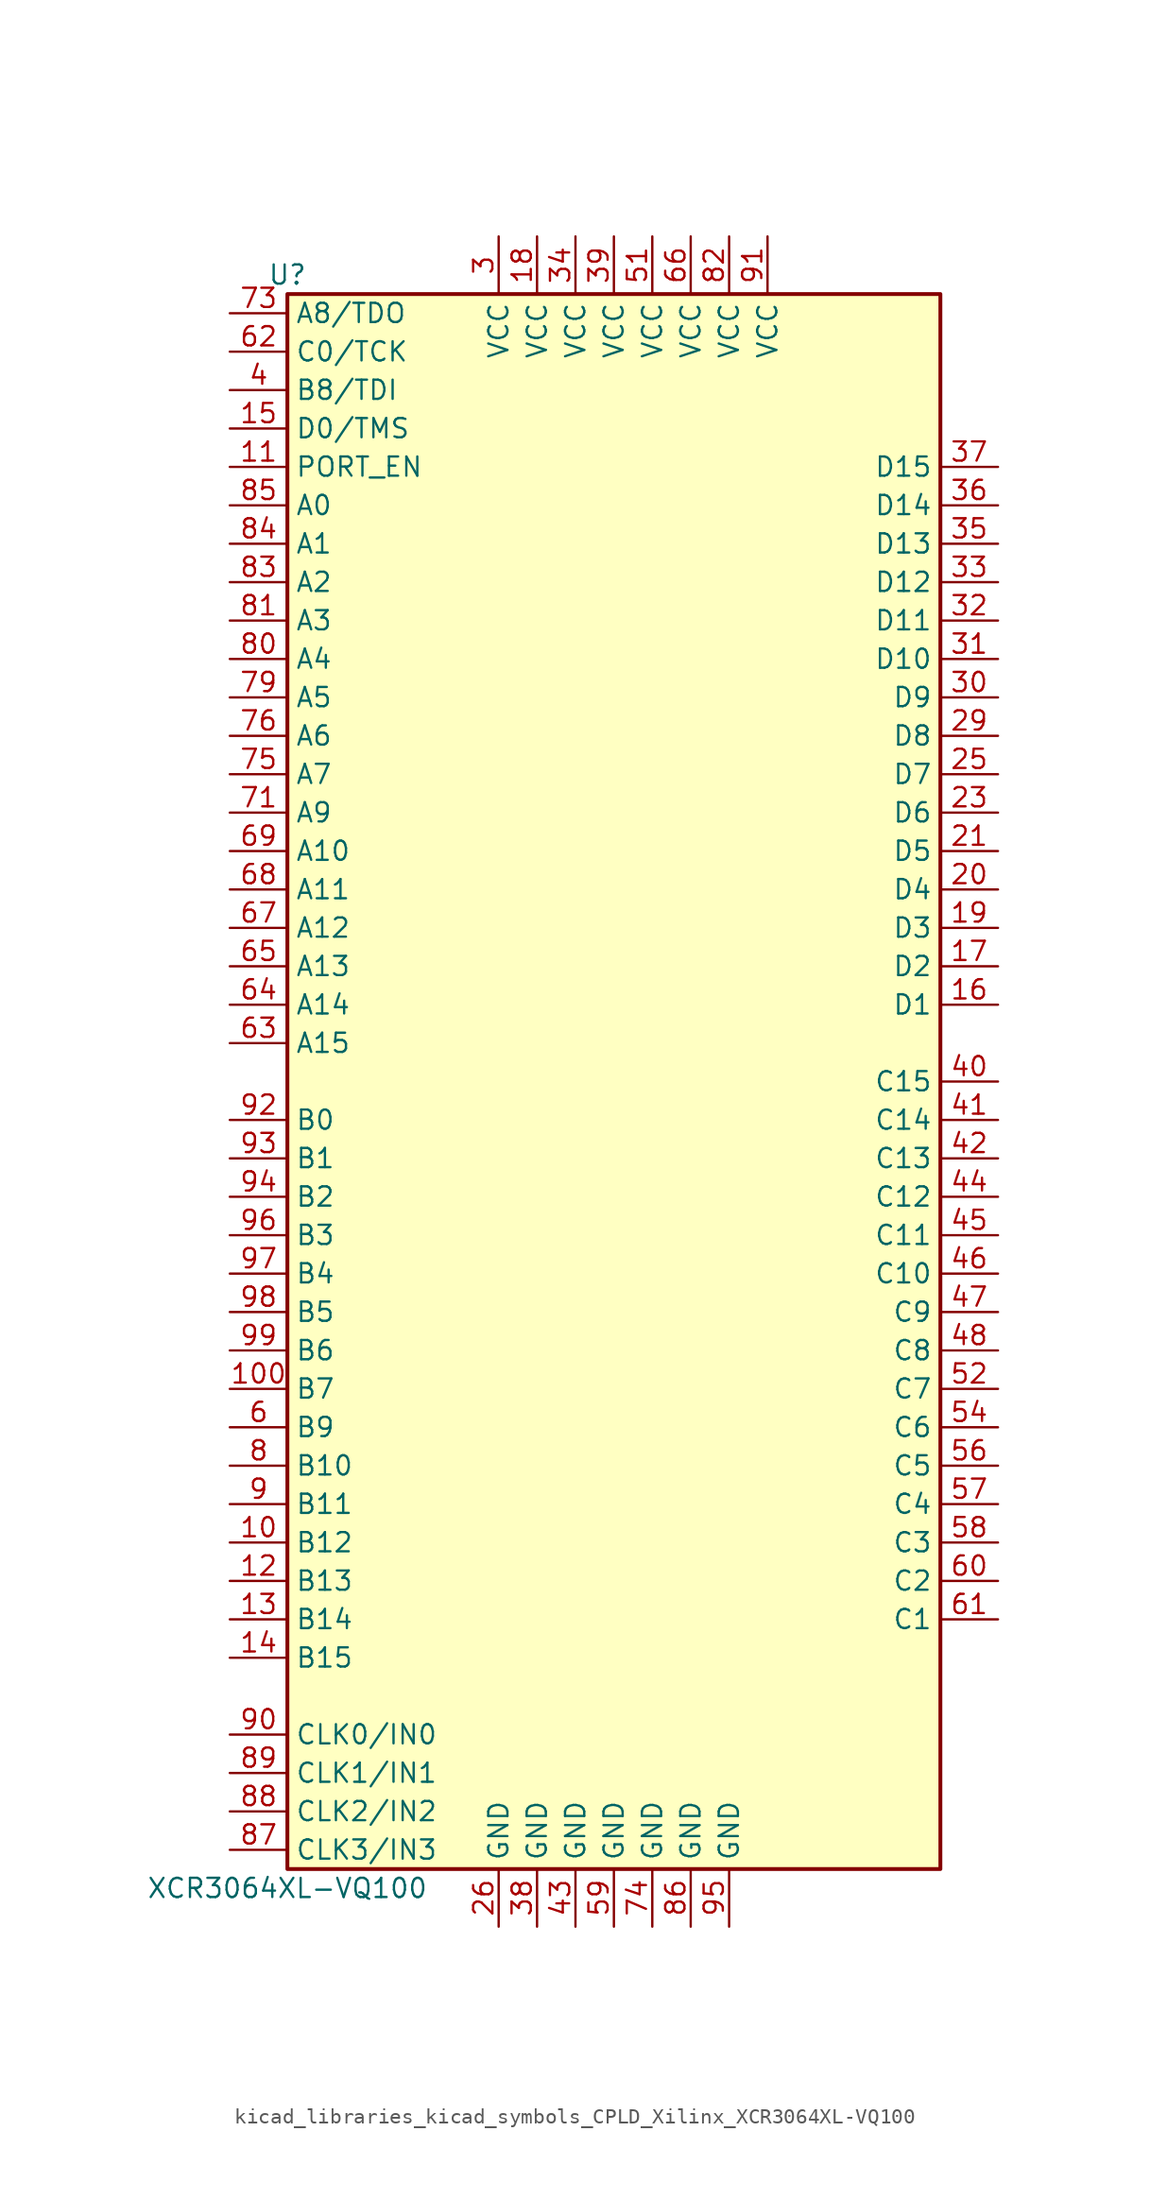
<source format=kicad_sym>
(kicad_symbol_lib
  (version 20220914)
  (generator kicad_symbol_editor)
  (symbol "kicad_libraries_kicad_symbols_CPLD_Xilinx_XCR3064XL-VQ100"
    (property "Reference" "U"
      (at -21.59 53.34 0)
      (effects (font (size 1.27 1.27))))
    (property "Value" "XCR3064XL-VQ100"
      (at -21.59 -53.34 0)
      (effects (font (size 1.27 1.27))))
    (symbol "kicad_libraries_kicad_symbols_CPLD_Xilinx_XCR3064XL-VQ100_1_1"
      (rectangle (start -21.59 52.07) (end 21.59 -52.07) (stroke (width 0.254) (type default)) (fill (type background)))
      (pin passive line (at -25.4 -30.48 0) (length 3.81) (name "B12" (effects (font (size 1.27 1.27)))) (number "10" (effects (font (size 1.27 1.27)))))
      (pin passive line (at -25.4 -20.32 0) (length 3.81) (name "B7" (effects (font (size 1.27 1.27)))) (number "100" (effects (font (size 1.27 1.27)))))
      (pin passive line (at -25.4 40.64 0) (length 3.81) (name "PORT_EN" (effects (font (size 1.27 1.27)))) (number "11" (effects (font (size 1.27 1.27)))))
      (pin passive line (at -25.4 -33.02 0) (length 3.81) (name "B13" (effects (font (size 1.27 1.27)))) (number "12" (effects (font (size 1.27 1.27)))))
      (pin passive line (at -25.4 -35.56 0) (length 3.81) (name "B14" (effects (font (size 1.27 1.27)))) (number "13" (effects (font (size 1.27 1.27)))))
      (pin passive line (at -25.4 -38.1 0) (length 3.81) (name "B15" (effects (font (size 1.27 1.27)))) (number "14" (effects (font (size 1.27 1.27)))))
      (pin passive line (at -25.4 43.18 0) (length 3.81) (name "D0/TMS" (effects (font (size 1.27 1.27)))) (number "15" (effects (font (size 1.27 1.27)))))
      (pin passive line (at 25.4 5.08 180) (length 3.81) (name "D1" (effects (font (size 1.27 1.27)))) (number "16" (effects (font (size 1.27 1.27)))))
      (pin passive line (at 25.4 7.62 180) (length 3.81) (name "D2" (effects (font (size 1.27 1.27)))) (number "17" (effects (font (size 1.27 1.27)))))
      (pin power_in line (at -5.08 55.88 270) (length 3.81) (name "VCC" (effects (font (size 1.27 1.27)))) (number "18" (effects (font (size 1.27 1.27)))))
      (pin passive line (at 25.4 10.16 180) (length 3.81) (name "D3" (effects (font (size 1.27 1.27)))) (number "19" (effects (font (size 1.27 1.27)))))
      (pin passive line (at 25.4 12.7 180) (length 3.81) (name "D4" (effects (font (size 1.27 1.27)))) (number "20" (effects (font (size 1.27 1.27)))))
      (pin passive line (at 25.4 15.24 180) (length 3.81) (name "D5" (effects (font (size 1.27 1.27)))) (number "21" (effects (font (size 1.27 1.27)))))
      (pin passive line (at 25.4 17.78 180) (length 3.81) (name "D6" (effects (font (size 1.27 1.27)))) (number "23" (effects (font (size 1.27 1.27)))))
      (pin passive line (at 25.4 20.32 180) (length 3.81) (name "D7" (effects (font (size 1.27 1.27)))) (number "25" (effects (font (size 1.27 1.27)))))
      (pin power_in line (at -7.62 -55.88 90) (length 3.81) (name "GND" (effects (font (size 1.27 1.27)))) (number "26" (effects (font (size 1.27 1.27)))))
      (pin passive line (at 25.4 22.86 180) (length 3.81) (name "D8" (effects (font (size 1.27 1.27)))) (number "29" (effects (font (size 1.27 1.27)))))
      (pin power_in line (at -7.62 55.88 270) (length 3.81) (name "VCC" (effects (font (size 1.27 1.27)))) (number "3" (effects (font (size 1.27 1.27)))))
      (pin passive line (at 25.4 25.4 180) (length 3.81) (name "D9" (effects (font (size 1.27 1.27)))) (number "30" (effects (font (size 1.27 1.27)))))
      (pin passive line (at 25.4 27.94 180) (length 3.81) (name "D10" (effects (font (size 1.27 1.27)))) (number "31" (effects (font (size 1.27 1.27)))))
      (pin passive line (at 25.4 30.48 180) (length 3.81) (name "D11" (effects (font (size 1.27 1.27)))) (number "32" (effects (font (size 1.27 1.27)))))
      (pin passive line (at 25.4 33.02 180) (length 3.81) (name "D12" (effects (font (size 1.27 1.27)))) (number "33" (effects (font (size 1.27 1.27)))))
      (pin power_in line (at -2.54 55.88 270) (length 3.81) (name "VCC" (effects (font (size 1.27 1.27)))) (number "34" (effects (font (size 1.27 1.27)))))
      (pin passive line (at 25.4 35.56 180) (length 3.81) (name "D13" (effects (font (size 1.27 1.27)))) (number "35" (effects (font (size 1.27 1.27)))))
      (pin passive line (at 25.4 38.1 180) (length 3.81) (name "D14" (effects (font (size 1.27 1.27)))) (number "36" (effects (font (size 1.27 1.27)))))
      (pin passive line (at 25.4 40.64 180) (length 3.81) (name "D15" (effects (font (size 1.27 1.27)))) (number "37" (effects (font (size 1.27 1.27)))))
      (pin power_in line (at -5.08 -55.88 90) (length 3.81) (name "GND" (effects (font (size 1.27 1.27)))) (number "38" (effects (font (size 1.27 1.27)))))
      (pin power_in line (at 0 55.88 270) (length 3.81) (name "VCC" (effects (font (size 1.27 1.27)))) (number "39" (effects (font (size 1.27 1.27)))))
      (pin passive line (at -25.4 45.72 0) (length 3.81) (name "B8/TDI" (effects (font (size 1.27 1.27)))) (number "4" (effects (font (size 1.27 1.27)))))
      (pin passive line (at 25.4 0 180) (length 3.81) (name "C15" (effects (font (size 1.27 1.27)))) (number "40" (effects (font (size 1.27 1.27)))))
      (pin passive line (at 25.4 -2.54 180) (length 3.81) (name "C14" (effects (font (size 1.27 1.27)))) (number "41" (effects (font (size 1.27 1.27)))))
      (pin passive line (at 25.4 -5.08 180) (length 3.81) (name "C13" (effects (font (size 1.27 1.27)))) (number "42" (effects (font (size 1.27 1.27)))))
      (pin power_in line (at -2.54 -55.88 90) (length 3.81) (name "GND" (effects (font (size 1.27 1.27)))) (number "43" (effects (font (size 1.27 1.27)))))
      (pin passive line (at 25.4 -7.62 180) (length 3.81) (name "C12" (effects (font (size 1.27 1.27)))) (number "44" (effects (font (size 1.27 1.27)))))
      (pin passive line (at 25.4 -10.16 180) (length 3.81) (name "C11" (effects (font (size 1.27 1.27)))) (number "45" (effects (font (size 1.27 1.27)))))
      (pin passive line (at 25.4 -12.7 180) (length 3.81) (name "C10" (effects (font (size 1.27 1.27)))) (number "46" (effects (font (size 1.27 1.27)))))
      (pin passive line (at 25.4 -15.24 180) (length 3.81) (name "C9" (effects (font (size 1.27 1.27)))) (number "47" (effects (font (size 1.27 1.27)))))
      (pin passive line (at 25.4 -17.78 180) (length 3.81) (name "C8" (effects (font (size 1.27 1.27)))) (number "48" (effects (font (size 1.27 1.27)))))
      (pin power_in line (at 2.54 55.88 270) (length 3.81) (name "VCC" (effects (font (size 1.27 1.27)))) (number "51" (effects (font (size 1.27 1.27)))))
      (pin passive line (at 25.4 -20.32 180) (length 3.81) (name "C7" (effects (font (size 1.27 1.27)))) (number "52" (effects (font (size 1.27 1.27)))))
      (pin passive line (at 25.4 -22.86 180) (length 3.81) (name "C6" (effects (font (size 1.27 1.27)))) (number "54" (effects (font (size 1.27 1.27)))))
      (pin passive line (at 25.4 -25.4 180) (length 3.81) (name "C5" (effects (font (size 1.27 1.27)))) (number "56" (effects (font (size 1.27 1.27)))))
      (pin passive line (at 25.4 -27.94 180) (length 3.81) (name "C4" (effects (font (size 1.27 1.27)))) (number "57" (effects (font (size 1.27 1.27)))))
      (pin passive line (at 25.4 -30.48 180) (length 3.81) (name "C3" (effects (font (size 1.27 1.27)))) (number "58" (effects (font (size 1.27 1.27)))))
      (pin power_in line (at 0 -55.88 90) (length 3.81) (name "GND" (effects (font (size 1.27 1.27)))) (number "59" (effects (font (size 1.27 1.27)))))
      (pin passive line (at -25.4 -22.86 0) (length 3.81) (name "B9" (effects (font (size 1.27 1.27)))) (number "6" (effects (font (size 1.27 1.27)))))
      (pin passive line (at 25.4 -33.02 180) (length 3.81) (name "C2" (effects (font (size 1.27 1.27)))) (number "60" (effects (font (size 1.27 1.27)))))
      (pin passive line (at 25.4 -35.56 180) (length 3.81) (name "C1" (effects (font (size 1.27 1.27)))) (number "61" (effects (font (size 1.27 1.27)))))
      (pin passive line (at -25.4 48.26 0) (length 3.81) (name "C0/TCK" (effects (font (size 1.27 1.27)))) (number "62" (effects (font (size 1.27 1.27)))))
      (pin passive line (at -25.4 2.54 0) (length 3.81) (name "A15" (effects (font (size 1.27 1.27)))) (number "63" (effects (font (size 1.27 1.27)))))
      (pin passive line (at -25.4 5.08 0) (length 3.81) (name "A14" (effects (font (size 1.27 1.27)))) (number "64" (effects (font (size 1.27 1.27)))))
      (pin passive line (at -25.4 7.62 0) (length 3.81) (name "A13" (effects (font (size 1.27 1.27)))) (number "65" (effects (font (size 1.27 1.27)))))
      (pin power_in line (at 5.08 55.88 270) (length 3.81) (name "VCC" (effects (font (size 1.27 1.27)))) (number "66" (effects (font (size 1.27 1.27)))))
      (pin passive line (at -25.4 10.16 0) (length 3.81) (name "A12" (effects (font (size 1.27 1.27)))) (number "67" (effects (font (size 1.27 1.27)))))
      (pin passive line (at -25.4 12.7 0) (length 3.81) (name "A11" (effects (font (size 1.27 1.27)))) (number "68" (effects (font (size 1.27 1.27)))))
      (pin passive line (at -25.4 15.24 0) (length 3.81) (name "A10" (effects (font (size 1.27 1.27)))) (number "69" (effects (font (size 1.27 1.27)))))
      (pin passive line (at -25.4 17.78 0) (length 3.81) (name "A9" (effects (font (size 1.27 1.27)))) (number "71" (effects (font (size 1.27 1.27)))))
      (pin passive line (at -25.4 50.8 0) (length 3.81) (name "A8/TDO" (effects (font (size 1.27 1.27)))) (number "73" (effects (font (size 1.27 1.27)))))
      (pin power_in line (at 2.54 -55.88 90) (length 3.81) (name "GND" (effects (font (size 1.27 1.27)))) (number "74" (effects (font (size 1.27 1.27)))))
      (pin passive line (at -25.4 20.32 0) (length 3.81) (name "A7" (effects (font (size 1.27 1.27)))) (number "75" (effects (font (size 1.27 1.27)))))
      (pin passive line (at -25.4 22.86 0) (length 3.81) (name "A6" (effects (font (size 1.27 1.27)))) (number "76" (effects (font (size 1.27 1.27)))))
      (pin passive line (at -25.4 25.4 0) (length 3.81) (name "A5" (effects (font (size 1.27 1.27)))) (number "79" (effects (font (size 1.27 1.27)))))
      (pin passive line (at -25.4 -25.4 0) (length 3.81) (name "B10" (effects (font (size 1.27 1.27)))) (number "8" (effects (font (size 1.27 1.27)))))
      (pin passive line (at -25.4 27.94 0) (length 3.81) (name "A4" (effects (font (size 1.27 1.27)))) (number "80" (effects (font (size 1.27 1.27)))))
      (pin passive line (at -25.4 30.48 0) (length 3.81) (name "A3" (effects (font (size 1.27 1.27)))) (number "81" (effects (font (size 1.27 1.27)))))
      (pin power_in line (at 7.62 55.88 270) (length 3.81) (name "VCC" (effects (font (size 1.27 1.27)))) (number "82" (effects (font (size 1.27 1.27)))))
      (pin passive line (at -25.4 33.02 0) (length 3.81) (name "A2" (effects (font (size 1.27 1.27)))) (number "83" (effects (font (size 1.27 1.27)))))
      (pin passive line (at -25.4 35.56 0) (length 3.81) (name "A1" (effects (font (size 1.27 1.27)))) (number "84" (effects (font (size 1.27 1.27)))))
      (pin passive line (at -25.4 38.1 0) (length 3.81) (name "A0" (effects (font (size 1.27 1.27)))) (number "85" (effects (font (size 1.27 1.27)))))
      (pin power_in line (at 5.08 -55.88 90) (length 3.81) (name "GND" (effects (font (size 1.27 1.27)))) (number "86" (effects (font (size 1.27 1.27)))))
      (pin input line (at -25.4 -50.8 0) (length 3.81) (name "CLK3/IN3" (effects (font (size 1.27 1.27)))) (number "87" (effects (font (size 1.27 1.27)))))
      (pin input line (at -25.4 -48.26 0) (length 3.81) (name "CLK2/IN2" (effects (font (size 1.27 1.27)))) (number "88" (effects (font (size 1.27 1.27)))))
      (pin input line (at -25.4 -45.72 0) (length 3.81) (name "CLK1/IN1" (effects (font (size 1.27 1.27)))) (number "89" (effects (font (size 1.27 1.27)))))
      (pin passive line (at -25.4 -27.94 0) (length 3.81) (name "B11" (effects (font (size 1.27 1.27)))) (number "9" (effects (font (size 1.27 1.27)))))
      (pin input line (at -25.4 -43.18 0) (length 3.81) (name "CLK0/IN0" (effects (font (size 1.27 1.27)))) (number "90" (effects (font (size 1.27 1.27)))))
      (pin power_in line (at 10.16 55.88 270) (length 3.81) (name "VCC" (effects (font (size 1.27 1.27)))) (number "91" (effects (font (size 1.27 1.27)))))
      (pin passive line (at -25.4 -2.54 0) (length 3.81) (name "B0" (effects (font (size 1.27 1.27)))) (number "92" (effects (font (size 1.27 1.27)))))
      (pin passive line (at -25.4 -5.08 0) (length 3.81) (name "B1" (effects (font (size 1.27 1.27)))) (number "93" (effects (font (size 1.27 1.27)))))
      (pin passive line (at -25.4 -7.62 0) (length 3.81) (name "B2" (effects (font (size 1.27 1.27)))) (number "94" (effects (font (size 1.27 1.27)))))
      (pin power_in line (at 7.62 -55.88 90) (length 3.81) (name "GND" (effects (font (size 1.27 1.27)))) (number "95" (effects (font (size 1.27 1.27)))))
      (pin passive line (at -25.4 -10.16 0) (length 3.81) (name "B3" (effects (font (size 1.27 1.27)))) (number "96" (effects (font (size 1.27 1.27)))))
      (pin passive line (at -25.4 -12.7 0) (length 3.81) (name "B4" (effects (font (size 1.27 1.27)))) (number "97" (effects (font (size 1.27 1.27)))))
      (pin passive line (at -25.4 -15.24 0) (length 3.81) (name "B5" (effects (font (size 1.27 1.27)))) (number "98" (effects (font (size 1.27 1.27)))))
      (pin passive line (at -25.4 -17.78 0) (length 3.81) (name "B6" (effects (font (size 1.27 1.27)))) (number "99" (effects (font (size 1.27 1.27))))))))
</source>
